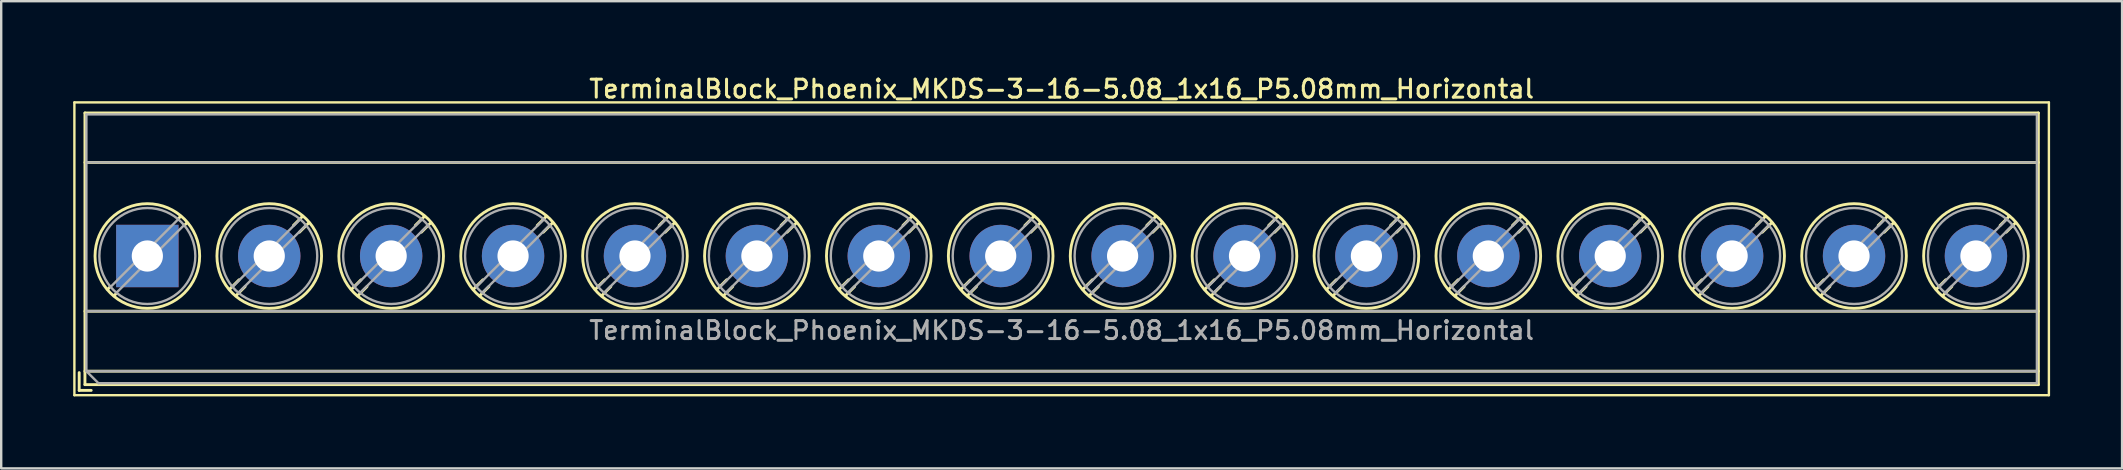
<source format=kicad_pcb>
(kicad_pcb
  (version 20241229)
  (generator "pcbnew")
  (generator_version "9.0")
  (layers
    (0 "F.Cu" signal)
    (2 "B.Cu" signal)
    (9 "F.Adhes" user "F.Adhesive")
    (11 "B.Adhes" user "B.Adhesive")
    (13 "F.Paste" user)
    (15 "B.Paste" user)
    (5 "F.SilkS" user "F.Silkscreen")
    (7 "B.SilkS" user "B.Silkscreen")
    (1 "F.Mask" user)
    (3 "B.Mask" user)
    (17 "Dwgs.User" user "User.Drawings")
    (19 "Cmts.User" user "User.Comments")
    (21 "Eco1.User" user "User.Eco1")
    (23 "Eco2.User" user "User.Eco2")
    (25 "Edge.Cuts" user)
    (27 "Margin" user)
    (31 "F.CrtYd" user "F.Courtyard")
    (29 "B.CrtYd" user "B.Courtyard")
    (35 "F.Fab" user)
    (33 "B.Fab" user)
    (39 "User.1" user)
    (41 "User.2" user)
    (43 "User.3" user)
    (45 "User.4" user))
  (footprint "TerminalBlock_Phoenix_MKDS-3-16-5.08_1x16_P5.08mm_Horizontal"
    (layer "F.Cu")
    (at 3.09 7.618)
    (property "Reference" "TerminalBlock_Phoenix_MKDS-3-16-5.08_1x16_P5.08mm_Horizontal" (at 38.1 -6.96 0) (layer "F.SilkS") (effects (font (size 0.75 0.75) (thickness 0.125))))
    (attr through_hole)
    (fp_line (start -3.04 -6.4) (end -3.04 5.8) (stroke (width 0.1) (type solid)) (layer "F.SilkS"))
    (fp_line (start -3.04 5.8) (end 79.24 5.8) (stroke (width 0.1) (type solid)) (layer "F.SilkS"))
    (fp_line (start -2.84 4.86) (end -2.84 5.6) (stroke (width 0.12) (type solid)) (layer "F.SilkS"))
    (fp_line (start -2.84 5.6) (end -2.34 5.6) (stroke (width 0.12) (type solid)) (layer "F.SilkS"))
    (fp_line (start -2.6 -5.96) (end -2.6 5.36) (stroke (width 0.12) (type solid)) (layer "F.SilkS"))
    (fp_line (start -2.6 -5.96) (end 78.801 -5.96) (stroke (width 0.12) (type solid)) (layer "F.SilkS"))
    (fp_line (start -2.6 -3.9) (end 78.801 -3.9) (stroke (width 0.12) (type solid)) (layer "F.SilkS"))
    (fp_line (start -2.6 2.3) (end 78.801 2.3) (stroke (width 0.12) (type solid)) (layer "F.SilkS"))
    (fp_line (start -2.6 4.8) (end 78.801 4.8) (stroke (width 0.12) (type solid)) (layer "F.SilkS"))
    (fp_line (start -2.6 5.36) (end 78.801 5.36) (stroke (width 0.12) (type solid)) (layer "F.SilkS"))
    (fp_line (start -1.548 1.281) (end -1.654 1.388) (stroke (width 0.12) (type solid)) (layer "F.SilkS"))
    (fp_line (start -1.282 1.547) (end -1.388 1.654) (stroke (width 0.12) (type solid)) (layer "F.SilkS"))
    (fp_line (start 1.388 -1.654) (end 1.281 -1.547) (stroke (width 0.12) (type solid)) (layer "F.SilkS"))
    (fp_line (start 1.654 -1.388) (end 1.547 -1.281) (stroke (width 0.12) (type solid)) (layer "F.SilkS"))
    (fp_line (start 3.822 0.992) (end 3.427 1.388) (stroke (width 0.12) (type solid)) (layer "F.SilkS"))
    (fp_line (start 4.073 1.274) (end 3.693 1.654) (stroke (width 0.12) (type solid)) (layer "F.SilkS"))
    (fp_line (start 6.468 -1.654) (end 6.088 -1.274) (stroke (width 0.12) (type solid)) (layer "F.SilkS"))
    (fp_line (start 6.734 -1.388) (end 6.339 -0.992) (stroke (width 0.12) (type solid)) (layer "F.SilkS"))
    (fp_line (start 8.902 0.992) (end 8.507 1.388) (stroke (width 0.12) (type solid)) (layer "F.SilkS"))
    (fp_line (start 9.153 1.274) (end 8.773 1.654) (stroke (width 0.12) (type solid)) (layer "F.SilkS"))
    (fp_line (start 11.548 -1.654) (end 11.168 -1.274) (stroke (width 0.12) (type solid)) (layer "F.SilkS"))
    (fp_line (start 11.814 -1.388) (end 11.419 -0.992) (stroke (width 0.12) (type solid)) (layer "F.SilkS"))
    (fp_line (start 13.982 0.992) (end 13.587 1.388) (stroke (width 0.12) (type solid)) (layer "F.SilkS"))
    (fp_line (start 14.233 1.274) (end 13.853 1.654) (stroke (width 0.12) (type solid)) (layer "F.SilkS"))
    (fp_line (start 16.628 -1.654) (end 16.248 -1.274) (stroke (width 0.12) (type solid)) (layer "F.SilkS"))
    (fp_line (start 16.894 -1.388) (end 16.499 -0.992) (stroke (width 0.12) (type solid)) (layer "F.SilkS"))
    (fp_line (start 19.062 0.992) (end 18.667 1.388) (stroke (width 0.12) (type solid)) (layer "F.SilkS"))
    (fp_line (start 19.313 1.274) (end 18.933 1.654) (stroke (width 0.12) (type solid)) (layer "F.SilkS"))
    (fp_line (start 21.708 -1.654) (end 21.328 -1.274) (stroke (width 0.12) (type solid)) (layer "F.SilkS"))
    (fp_line (start 21.974 -1.388) (end 21.579 -0.992) (stroke (width 0.12) (type solid)) (layer "F.SilkS"))
    (fp_line (start 24.142 0.992) (end 23.747 1.388) (stroke (width 0.12) (type solid)) (layer "F.SilkS"))
    (fp_line (start 24.393 1.274) (end 24.013 1.654) (stroke (width 0.12) (type solid)) (layer "F.SilkS"))
    (fp_line (start 26.788 -1.654) (end 26.408 -1.274) (stroke (width 0.12) (type solid)) (layer "F.SilkS"))
    (fp_line (start 27.054 -1.388) (end 26.659 -0.992) (stroke (width 0.12) (type solid)) (layer "F.SilkS"))
    (fp_line (start 29.222 0.992) (end 28.827 1.388) (stroke (width 0.12) (type solid)) (layer "F.SilkS"))
    (fp_line (start 29.473 1.274) (end 29.093 1.654) (stroke (width 0.12) (type solid)) (layer "F.SilkS"))
    (fp_line (start 31.868 -1.654) (end 31.488 -1.274) (stroke (width 0.12) (type solid)) (layer "F.SilkS"))
    (fp_line (start 32.134 -1.388) (end 31.739 -0.992) (stroke (width 0.12) (type solid)) (layer "F.SilkS"))
    (fp_line (start 34.302 0.992) (end 33.907 1.388) (stroke (width 0.12) (type solid)) (layer "F.SilkS"))
    (fp_line (start 34.553 1.274) (end 34.173 1.654) (stroke (width 0.12) (type solid)) (layer "F.SilkS"))
    (fp_line (start 36.948 -1.654) (end 36.568 -1.274) (stroke (width 0.12) (type solid)) (layer "F.SilkS"))
    (fp_line (start 37.214 -1.388) (end 36.819 -0.992) (stroke (width 0.12) (type solid)) (layer "F.SilkS"))
    (fp_line (start 39.382 0.992) (end 38.987 1.388) (stroke (width 0.12) (type solid)) (layer "F.SilkS"))
    (fp_line (start 39.633 1.274) (end 39.253 1.654) (stroke (width 0.12) (type solid)) (layer "F.SilkS"))
    (fp_line (start 42.028 -1.654) (end 41.648 -1.274) (stroke (width 0.12) (type solid)) (layer "F.SilkS"))
    (fp_line (start 42.294 -1.388) (end 41.899 -0.992) (stroke (width 0.12) (type solid)) (layer "F.SilkS"))
    (fp_line (start 44.462 0.992) (end 44.067 1.388) (stroke (width 0.12) (type solid)) (layer "F.SilkS"))
    (fp_line (start 44.713 1.274) (end 44.333 1.654) (stroke (width 0.12) (type solid)) (layer "F.SilkS"))
    (fp_line (start 47.108 -1.654) (end 46.728 -1.274) (stroke (width 0.12) (type solid)) (layer "F.SilkS"))
    (fp_line (start 47.374 -1.388) (end 46.979 -0.992) (stroke (width 0.12) (type solid)) (layer "F.SilkS"))
    (fp_line (start 49.542 0.992) (end 49.147 1.388) (stroke (width 0.12) (type solid)) (layer "F.SilkS"))
    (fp_line (start 49.793 1.274) (end 49.413 1.654) (stroke (width 0.12) (type solid)) (layer "F.SilkS"))
    (fp_line (start 52.188 -1.654) (end 51.808 -1.274) (stroke (width 0.12) (type solid)) (layer "F.SilkS"))
    (fp_line (start 52.454 -1.388) (end 52.059 -0.992) (stroke (width 0.12) (type solid)) (layer "F.SilkS"))
    (fp_line (start 54.622 0.992) (end 54.227 1.388) (stroke (width 0.12) (type solid)) (layer "F.SilkS"))
    (fp_line (start 54.873 1.274) (end 54.493 1.654) (stroke (width 0.12) (type solid)) (layer "F.SilkS"))
    (fp_line (start 57.268 -1.654) (end 56.888 -1.274) (stroke (width 0.12) (type solid)) (layer "F.SilkS"))
    (fp_line (start 57.534 -1.388) (end 57.139 -0.992) (stroke (width 0.12) (type solid)) (layer "F.SilkS"))
    (fp_line (start 59.702 0.992) (end 59.307 1.388) (stroke (width 0.12) (type solid)) (layer "F.SilkS"))
    (fp_line (start 59.953 1.274) (end 59.573 1.654) (stroke (width 0.12) (type solid)) (layer "F.SilkS"))
    (fp_line (start 62.348 -1.654) (end 61.968 -1.274) (stroke (width 0.12) (type solid)) (layer "F.SilkS"))
    (fp_line (start 62.614 -1.388) (end 62.219 -0.992) (stroke (width 0.12) (type solid)) (layer "F.SilkS"))
    (fp_line (start 64.782 0.992) (end 64.387 1.388) (stroke (width 0.12) (type solid)) (layer "F.SilkS"))
    (fp_line (start 65.033 1.274) (end 64.653 1.654) (stroke (width 0.12) (type solid)) (layer "F.SilkS"))
    (fp_line (start 67.428 -1.654) (end 67.048 -1.274) (stroke (width 0.12) (type solid)) (layer "F.SilkS"))
    (fp_line (start 67.694 -1.388) (end 67.299 -0.992) (stroke (width 0.12) (type solid)) (layer "F.SilkS"))
    (fp_line (start 69.862 0.992) (end 69.467 1.388) (stroke (width 0.12) (type solid)) (layer "F.SilkS"))
    (fp_line (start 70.113 1.274) (end 69.733 1.654) (stroke (width 0.12) (type solid)) (layer "F.SilkS"))
    (fp_line (start 72.508 -1.654) (end 72.128 -1.274) (stroke (width 0.12) (type solid)) (layer "F.SilkS"))
    (fp_line (start 72.774 -1.388) (end 72.379 -0.992) (stroke (width 0.12) (type solid)) (layer "F.SilkS"))
    (fp_line (start 74.942 0.992) (end 74.547 1.388) (stroke (width 0.12) (type solid)) (layer "F.SilkS"))
    (fp_line (start 75.193 1.274) (end 74.813 1.654) (stroke (width 0.12) (type solid)) (layer "F.SilkS"))
    (fp_line (start 77.588 -1.654) (end 77.208 -1.274) (stroke (width 0.12) (type solid)) (layer "F.SilkS"))
    (fp_line (start 77.854 -1.388) (end 77.459 -0.992) (stroke (width 0.12) (type solid)) (layer "F.SilkS"))
    (fp_line (start 78.801 -5.96) (end 78.801 5.36) (stroke (width 0.12) (type solid)) (layer "F.SilkS"))
    (fp_line (start 79.24 -6.4) (end -3.04 -6.4) (stroke (width 0.1) (type solid)) (layer "F.SilkS"))
    (fp_line (start 79.24 5.8) (end 79.24 -6.4) (stroke (width 0.1) (type solid)) (layer "F.SilkS"))
    (fp_circle (center 0 0) (end 2.18 0) (stroke (width 0.12) (type solid)) (fill no) (layer "F.SilkS"))
    (fp_circle (center 5.08 0) (end 7.26 0) (stroke (width 0.12) (type solid)) (fill no) (layer "F.SilkS"))
    (fp_circle (center 10.16 0) (end 12.34 0) (stroke (width 0.12) (type solid)) (fill no) (layer "F.SilkS"))
    (fp_circle (center 15.24 0) (end 17.42 0) (stroke (width 0.12) (type solid)) (fill no) (layer "F.SilkS"))
    (fp_circle (center 20.32 0) (end 22.5 0) (stroke (width 0.12) (type solid)) (fill no) (layer "F.SilkS"))
    (fp_circle (center 25.4 0) (end 27.58 0) (stroke (width 0.12) (type solid)) (fill no) (layer "F.SilkS"))
    (fp_circle (center 30.48 0) (end 32.66 0) (stroke (width 0.12) (type solid)) (fill no) (layer "F.SilkS"))
    (fp_circle (center 35.56 0) (end 37.74 0) (stroke (width 0.12) (type solid)) (fill no) (layer "F.SilkS"))
    (fp_circle (center 40.64 0) (end 42.82 0) (stroke (width 0.12) (type solid)) (fill no) (layer "F.SilkS"))
    (fp_circle (center 45.72 0) (end 47.9 0) (stroke (width 0.12) (type solid)) (fill no) (layer "F.SilkS"))
    (fp_circle (center 50.8 0) (end 52.98 0) (stroke (width 0.12) (type solid)) (fill no) (layer "F.SilkS"))
    (fp_circle (center 55.88 0) (end 58.06 0) (stroke (width 0.12) (type solid)) (fill no) (layer "F.SilkS"))
    (fp_circle (center 60.96 0) (end 63.14 0) (stroke (width 0.12) (type solid)) (fill no) (layer "F.SilkS"))
    (fp_circle (center 66.04 0) (end 68.22 0) (stroke (width 0.12) (type solid)) (fill no) (layer "F.SilkS"))
    (fp_circle (center 71.12 0) (end 73.3 0) (stroke (width 0.12) (type solid)) (fill no) (layer "F.SilkS"))
    (fp_circle (center 76.2 0) (end 78.38 0) (stroke (width 0.12) (type solid)) (fill no) (layer "F.SilkS"))
    (fp_line (start -2.54 -5.9) (end 78.74 -5.9) (stroke (width 0.1) (type solid)) (layer "F.Fab"))
    (fp_line (start -2.54 -3.9) (end 78.74 -3.9) (stroke (width 0.1) (type solid)) (layer "F.Fab"))
    (fp_line (start -2.54 2.3) (end 78.74 2.3) (stroke (width 0.1) (type solid)) (layer "F.Fab"))
    (fp_line (start -2.54 4.8) (end -2.54 -5.9) (stroke (width 0.1) (type solid)) (layer "F.Fab"))
    (fp_line (start -2.54 4.8) (end 78.74 4.8) (stroke (width 0.1) (type solid)) (layer "F.Fab"))
    (fp_line (start -2.04 5.3) (end -2.54 4.8) (stroke (width 0.1) (type solid)) (layer "F.Fab"))
    (fp_line (start 1.273 -1.517) (end -1.517 1.273) (stroke (width 0.1) (type solid)) (layer "F.Fab"))
    (fp_line (start 1.517 -1.273) (end -1.273 1.517) (stroke (width 0.1) (type solid)) (layer "F.Fab"))
    (fp_line (start 6.353 -1.517) (end 3.564 1.273) (stroke (width 0.1) (type solid)) (layer "F.Fab"))
    (fp_line (start 6.597 -1.273) (end 3.808 1.517) (stroke (width 0.1) (type solid)) (layer "F.Fab"))
    (fp_line (start 11.433 -1.517) (end 8.644 1.273) (stroke (width 0.1) (type solid)) (layer "F.Fab"))
    (fp_line (start 11.677 -1.273) (end 8.888 1.517) (stroke (width 0.1) (type solid)) (layer "F.Fab"))
    (fp_line (start 16.513 -1.517) (end 13.724 1.273) (stroke (width 0.1) (type solid)) (layer "F.Fab"))
    (fp_line (start 16.757 -1.273) (end 13.968 1.517) (stroke (width 0.1) (type solid)) (layer "F.Fab"))
    (fp_line (start 21.593 -1.517) (end 18.804 1.273) (stroke (width 0.1) (type solid)) (layer "F.Fab"))
    (fp_line (start 21.837 -1.273) (end 19.048 1.517) (stroke (width 0.1) (type solid)) (layer "F.Fab"))
    (fp_line (start 26.673 -1.517) (end 23.884 1.273) (stroke (width 0.1) (type solid)) (layer "F.Fab"))
    (fp_line (start 26.917 -1.273) (end 24.128 1.517) (stroke (width 0.1) (type solid)) (layer "F.Fab"))
    (fp_line (start 31.753 -1.517) (end 28.964 1.273) (stroke (width 0.1) (type solid)) (layer "F.Fab"))
    (fp_line (start 31.997 -1.273) (end 29.208 1.517) (stroke (width 0.1) (type solid)) (layer "F.Fab"))
    (fp_line (start 36.833 -1.517) (end 34.044 1.273) (stroke (width 0.1) (type solid)) (layer "F.Fab"))
    (fp_line (start 37.077 -1.273) (end 34.288 1.517) (stroke (width 0.1) (type solid)) (layer "F.Fab"))
    (fp_line (start 41.913 -1.517) (end 39.124 1.273) (stroke (width 0.1) (type solid)) (layer "F.Fab"))
    (fp_line (start 42.157 -1.273) (end 39.368 1.517) (stroke (width 0.1) (type solid)) (layer "F.Fab"))
    (fp_line (start 46.993 -1.517) (end 44.204 1.273) (stroke (width 0.1) (type solid)) (layer "F.Fab"))
    (fp_line (start 47.237 -1.273) (end 44.448 1.517) (stroke (width 0.1) (type solid)) (layer "F.Fab"))
    (fp_line (start 52.073 -1.517) (end 49.284 1.273) (stroke (width 0.1) (type solid)) (layer "F.Fab"))
    (fp_line (start 52.317 -1.273) (end 49.528 1.517) (stroke (width 0.1) (type solid)) (layer "F.Fab"))
    (fp_line (start 57.153 -1.517) (end 54.364 1.273) (stroke (width 0.1) (type solid)) (layer "F.Fab"))
    (fp_line (start 57.397 -1.273) (end 54.608 1.517) (stroke (width 0.1) (type solid)) (layer "F.Fab"))
    (fp_line (start 62.233 -1.517) (end 59.444 1.273) (stroke (width 0.1) (type solid)) (layer "F.Fab"))
    (fp_line (start 62.477 -1.273) (end 59.688 1.517) (stroke (width 0.1) (type solid)) (layer "F.Fab"))
    (fp_line (start 67.313 -1.517) (end 64.524 1.273) (stroke (width 0.1) (type solid)) (layer "F.Fab"))
    (fp_line (start 67.557 -1.273) (end 64.768 1.517) (stroke (width 0.1) (type solid)) (layer "F.Fab"))
    (fp_line (start 72.393 -1.517) (end 69.604 1.273) (stroke (width 0.1) (type solid)) (layer "F.Fab"))
    (fp_line (start 72.637 -1.273) (end 69.848 1.517) (stroke (width 0.1) (type solid)) (layer "F.Fab"))
    (fp_line (start 77.473 -1.517) (end 74.684 1.273) (stroke (width 0.1) (type solid)) (layer "F.Fab"))
    (fp_line (start 77.717 -1.273) (end 74.928 1.517) (stroke (width 0.1) (type solid)) (layer "F.Fab"))
    (fp_line (start 78.74 -5.9) (end 78.74 5.3) (stroke (width 0.1) (type solid)) (layer "F.Fab"))
    (fp_line (start 78.74 5.3) (end -2.04 5.3) (stroke (width 0.1) (type solid)) (layer "F.Fab"))
    (fp_circle (center 0 0) (end 2 0) (stroke (width 0.1) (type solid)) (fill no) (layer "F.Fab"))
    (fp_circle (center 5.08 0) (end 7.08 0) (stroke (width 0.1) (type solid)) (fill no) (layer "F.Fab"))
    (fp_circle (center 10.16 0) (end 12.16 0) (stroke (width 0.1) (type solid)) (fill no) (layer "F.Fab"))
    (fp_circle (center 15.24 0) (end 17.24 0) (stroke (width 0.1) (type solid)) (fill no) (layer "F.Fab"))
    (fp_circle (center 20.32 0) (end 22.32 0) (stroke (width 0.1) (type solid)) (fill no) (layer "F.Fab"))
    (fp_circle (center 25.4 0) (end 27.4 0) (stroke (width 0.1) (type solid)) (fill no) (layer "F.Fab"))
    (fp_circle (center 30.48 0) (end 32.48 0) (stroke (width 0.1) (type solid)) (fill no) (layer "F.Fab"))
    (fp_circle (center 35.56 0) (end 37.56 0) (stroke (width 0.1) (type solid)) (fill no) (layer "F.Fab"))
    (fp_circle (center 40.64 0) (end 42.64 0) (stroke (width 0.1) (type solid)) (fill no) (layer "F.Fab"))
    (fp_circle (center 45.72 0) (end 47.72 0) (stroke (width 0.1) (type solid)) (fill no) (layer "F.Fab"))
    (fp_circle (center 50.8 0) (end 52.8 0) (stroke (width 0.1) (type solid)) (fill no) (layer "F.Fab"))
    (fp_circle (center 55.88 0) (end 57.88 0) (stroke (width 0.1) (type solid)) (fill no) (layer "F.Fab"))
    (fp_circle (center 60.96 0) (end 62.96 0) (stroke (width 0.1) (type solid)) (fill no) (layer "F.Fab"))
    (fp_circle (center 66.04 0) (end 68.04 0) (stroke (width 0.1) (type solid)) (fill no) (layer "F.Fab"))
    (fp_circle (center 71.12 0) (end 73.12 0) (stroke (width 0.1) (type solid)) (fill no) (layer "F.Fab"))
    (fp_circle (center 76.2 0) (end 78.2 0) (stroke (width 0.1) (type solid)) (fill no) (layer "F.Fab"))
    (fp_text user "${REFERENCE}" (at 38.1 3.1 0) (layer "F.Fab") (effects (font (size 0.75 0.75) (thickness 0.125))))
    (pad "1" thru_hole rect (at 0 0) (size 2.6 2.6) (drill 1.3) (layers "*.Cu" "*.Mask"))
    (pad "2" thru_hole circle (at 5.08 0) (size 2.6 2.6) (drill 1.3) (layers "*.Cu" "*.Mask"))
    (pad "3" thru_hole circle (at 10.16 0) (size 2.6 2.6) (drill 1.3) (layers "*.Cu" "*.Mask"))
    (pad "4" thru_hole circle (at 15.24 0) (size 2.6 2.6) (drill 1.3) (layers "*.Cu" "*.Mask"))
    (pad "5" thru_hole circle (at 20.32 0) (size 2.6 2.6) (drill 1.3) (layers "*.Cu" "*.Mask"))
    (pad "6" thru_hole circle (at 25.4 0) (size 2.6 2.6) (drill 1.3) (layers "*.Cu" "*.Mask"))
    (pad "7" thru_hole circle (at 30.48 0) (size 2.6 2.6) (drill 1.3) (layers "*.Cu" "*.Mask"))
    (pad "8" thru_hole circle (at 35.56 0) (size 2.6 2.6) (drill 1.3) (layers "*.Cu" "*.Mask"))
    (pad "9" thru_hole circle (at 40.64 0) (size 2.6 2.6) (drill 1.3) (layers "*.Cu" "*.Mask"))
    (pad "10" thru_hole circle (at 45.72 0) (size 2.6 2.6) (drill 1.3) (layers "*.Cu" "*.Mask"))
    (pad "11" thru_hole circle (at 50.8 0) (size 2.6 2.6) (drill 1.3) (layers "*.Cu" "*.Mask"))
    (pad "12" thru_hole circle (at 55.88 0) (size 2.6 2.6) (drill 1.3) (layers "*.Cu" "*.Mask"))
    (pad "13" thru_hole circle (at 60.96 0) (size 2.6 2.6) (drill 1.3) (layers "*.Cu" "*.Mask"))
    (pad "14" thru_hole circle (at 66.04 0) (size 2.6 2.6) (drill 1.3) (layers "*.Cu" "*.Mask"))
    (pad "15" thru_hole circle (at 71.12 0) (size 2.6 2.6) (drill 1.3) (layers "*.Cu" "*.Mask"))
    (pad "16" thru_hole circle (at 76.2 0) (size 2.6 2.6) (drill 1.3) (layers "*.Cu" "*.Mask")))
  (gr_rect
    (start -3 -3)
    (end 85.38 16.468)
    (stroke (width 0.1) (type default))
    (fill no)
    (layer "Edge.Cuts")))
</source>
